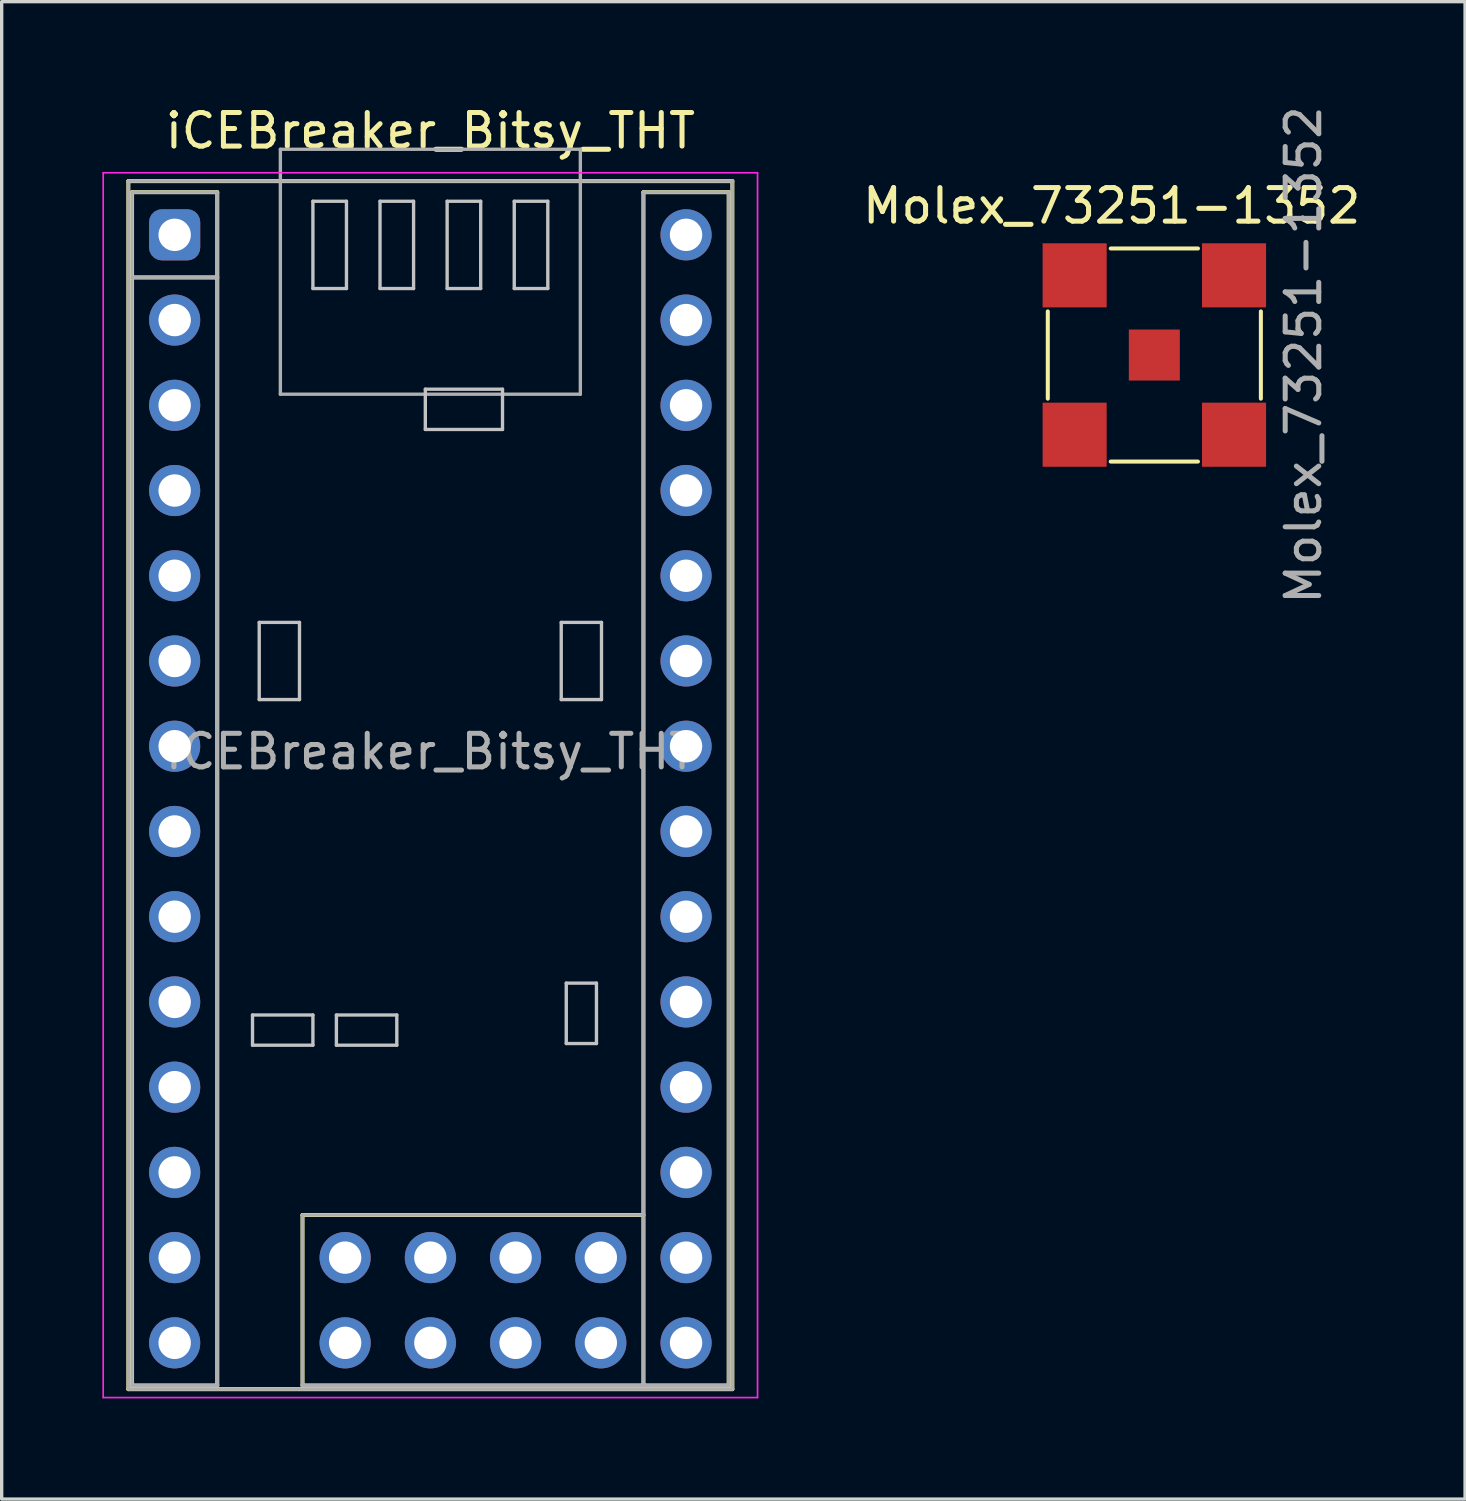
<source format=kicad_pcb>
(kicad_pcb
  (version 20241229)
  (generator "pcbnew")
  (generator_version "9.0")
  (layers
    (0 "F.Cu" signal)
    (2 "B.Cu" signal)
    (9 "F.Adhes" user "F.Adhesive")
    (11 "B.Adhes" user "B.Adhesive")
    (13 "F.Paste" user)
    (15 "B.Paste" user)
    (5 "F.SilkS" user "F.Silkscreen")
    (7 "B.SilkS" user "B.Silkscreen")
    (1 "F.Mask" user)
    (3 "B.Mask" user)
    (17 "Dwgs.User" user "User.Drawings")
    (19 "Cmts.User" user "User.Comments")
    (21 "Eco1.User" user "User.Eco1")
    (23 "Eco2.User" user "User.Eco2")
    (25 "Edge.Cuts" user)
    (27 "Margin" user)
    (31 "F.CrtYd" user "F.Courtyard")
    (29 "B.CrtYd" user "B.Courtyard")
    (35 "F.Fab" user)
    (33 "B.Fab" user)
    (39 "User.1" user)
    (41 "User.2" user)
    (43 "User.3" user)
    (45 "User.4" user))
  (footprint "iCEBreaker_Bitsy_THT"
    (layer "F.Cu")
    (at 9.775 20.348)
    (property "Reference" "iCEBreaker_Bitsy_THT" (at 0 -19.5 0) (layer "F.SilkS") (effects (font (size 1 1) (thickness 0.15))))
    (attr through_hole)
    (fp_line (start -9 -18) (end -9 18) (stroke (width 0.12) (type solid)) (layer "F.SilkS"))
    (fp_line (start -9 -18) (end 9 -18) (stroke (width 0.12) (type solid)) (layer "F.SilkS"))
    (fp_line (start -8.89 -15.13) (end -6.35 -15.13) (stroke (width 0.12) (type solid)) (layer "F.SilkS"))
    (fp_line (start -8.89 17.89) (end -8.89 -17.67) (stroke (width 0.12) (type solid)) (layer "F.SilkS"))
    (fp_line (start -6.35 -17.67) (end -8.89 -17.67) (stroke (width 0.12) (type solid)) (layer "F.SilkS"))
    (fp_line (start -6.35 -17.67) (end -6.35 17.89) (stroke (width 0.12) (type solid)) (layer "F.SilkS"))
    (fp_line (start -6.35 17.89) (end -8.89 17.89) (stroke (width 0.12) (type solid)) (layer "F.SilkS"))
    (fp_line (start -3.81 12.81) (end 6.35 12.81) (stroke (width 0.12) (type solid)) (layer "F.SilkS"))
    (fp_line (start -3.81 17.89) (end -3.81 12.81) (stroke (width 0.12) (type solid)) (layer "F.SilkS"))
    (fp_line (start 6.35 -17.67) (end 8.89 -17.67) (stroke (width 0.12) (type solid)) (layer "F.SilkS"))
    (fp_line (start 6.35 17.89) (end -3.81 17.89) (stroke (width 0.12) (type solid)) (layer "F.SilkS"))
    (fp_line (start 6.35 17.89) (end 6.35 -17.67) (stroke (width 0.12) (type solid)) (layer "F.SilkS"))
    (fp_line (start 8.89 -17.67) (end 8.89 17.89) (stroke (width 0.12) (type solid)) (layer "F.SilkS"))
    (fp_line (start 8.89 17.89) (end 6.35 17.89) (stroke (width 0.12) (type solid)) (layer "F.SilkS"))
    (fp_line (start 9 -18) (end 9 18) (stroke (width 0.12) (type solid)) (layer "F.SilkS"))
    (fp_line (start 9 18) (end -9 18) (stroke (width 0.12) (type solid)) (layer "F.SilkS"))
    (fp_line (start -5.3 6.85) (end -3.5 6.85) (stroke (width 0.1) (type solid)) (layer "Dwgs.User"))
    (fp_line (start -5.3 7.75) (end -5.3 6.85) (stroke (width 0.1) (type solid)) (layer "Dwgs.User"))
    (fp_line (start -5.1 -4.85) (end -5.1 -2.55) (stroke (width 0.1) (type solid)) (layer "Dwgs.User"))
    (fp_line (start -5.1 -2.55) (end -3.9 -2.55) (stroke (width 0.1) (type solid)) (layer "Dwgs.User"))
    (fp_line (start -3.9 -4.85) (end -5.1 -4.85) (stroke (width 0.1) (type solid)) (layer "Dwgs.User"))
    (fp_line (start -3.9 -2.55) (end -3.9 -4.85) (stroke (width 0.1) (type solid)) (layer "Dwgs.User"))
    (fp_line (start -3.5 -17.4) (end -2.5 -17.4) (stroke (width 0.1) (type solid)) (layer "Dwgs.User"))
    (fp_line (start -3.5 -14.8) (end -3.5 -17.4) (stroke (width 0.1) (type solid)) (layer "Dwgs.User"))
    (fp_line (start -3.5 6.85) (end -3.5 7.75) (stroke (width 0.1) (type solid)) (layer "Dwgs.User"))
    (fp_line (start -3.5 7.75) (end -5.3 7.75) (stroke (width 0.1) (type solid)) (layer "Dwgs.User"))
    (fp_line (start -2.8 6.85) (end -1 6.85) (stroke (width 0.1) (type solid)) (layer "Dwgs.User"))
    (fp_line (start -2.8 7.75) (end -2.8 6.85) (stroke (width 0.1) (type solid)) (layer "Dwgs.User"))
    (fp_line (start -2.5 -17.4) (end -2.5 -14.8) (stroke (width 0.1) (type solid)) (layer "Dwgs.User"))
    (fp_line (start -2.5 -14.8) (end -3.5 -14.8) (stroke (width 0.1) (type solid)) (layer "Dwgs.User"))
    (fp_line (start -1.5 -17.4) (end -0.5 -17.4) (stroke (width 0.1) (type solid)) (layer "Dwgs.User"))
    (fp_line (start -1.5 -14.8) (end -1.5 -17.4) (stroke (width 0.1) (type solid)) (layer "Dwgs.User"))
    (fp_line (start -1 6.85) (end -1 7.75) (stroke (width 0.1) (type solid)) (layer "Dwgs.User"))
    (fp_line (start -1 7.75) (end -2.8 7.75) (stroke (width 0.1) (type solid)) (layer "Dwgs.User"))
    (fp_line (start -0.5 -17.4) (end -0.5 -14.8) (stroke (width 0.1) (type solid)) (layer "Dwgs.User"))
    (fp_line (start -0.5 -14.8) (end -1.5 -14.8) (stroke (width 0.1) (type solid)) (layer "Dwgs.User"))
    (fp_line (start -0.15 -11.8) (end 2.15 -11.8) (stroke (width 0.1) (type solid)) (layer "Dwgs.User"))
    (fp_line (start -0.15 -10.6) (end -0.15 -11.8) (stroke (width 0.1) (type solid)) (layer "Dwgs.User"))
    (fp_line (start 0.5 -17.4) (end 1.5 -17.4) (stroke (width 0.1) (type solid)) (layer "Dwgs.User"))
    (fp_line (start 0.5 -14.8) (end 0.5 -17.4) (stroke (width 0.1) (type solid)) (layer "Dwgs.User"))
    (fp_line (start 1.5 -17.4) (end 1.5 -14.8) (stroke (width 0.1) (type solid)) (layer "Dwgs.User"))
    (fp_line (start 1.5 -14.8) (end 0.5 -14.8) (stroke (width 0.1) (type solid)) (layer "Dwgs.User"))
    (fp_line (start 2.15 -11.8) (end 2.15 -10.6) (stroke (width 0.1) (type solid)) (layer "Dwgs.User"))
    (fp_line (start 2.15 -10.6) (end -0.15 -10.6) (stroke (width 0.1) (type solid)) (layer "Dwgs.User"))
    (fp_line (start 2.5 -17.4) (end 3.5 -17.4) (stroke (width 0.1) (type solid)) (layer "Dwgs.User"))
    (fp_line (start 2.5 -14.8) (end 2.5 -17.4) (stroke (width 0.1) (type solid)) (layer "Dwgs.User"))
    (fp_line (start 3.5 -17.4) (end 3.5 -14.8) (stroke (width 0.1) (type solid)) (layer "Dwgs.User"))
    (fp_line (start 3.5 -14.8) (end 2.5 -14.8) (stroke (width 0.1) (type solid)) (layer "Dwgs.User"))
    (fp_line (start 3.9 -4.85) (end 5.1 -4.85) (stroke (width 0.1) (type solid)) (layer "Dwgs.User"))
    (fp_line (start 3.9 -2.55) (end 3.9 -4.85) (stroke (width 0.1) (type solid)) (layer "Dwgs.User"))
    (fp_line (start 4.05 5.9) (end 4.95 5.9) (stroke (width 0.1) (type solid)) (layer "Dwgs.User"))
    (fp_line (start 4.05 7.7) (end 4.05 5.9) (stroke (width 0.1) (type solid)) (layer "Dwgs.User"))
    (fp_line (start 4.95 5.9) (end 4.95 7.7) (stroke (width 0.1) (type solid)) (layer "Dwgs.User"))
    (fp_line (start 4.95 7.7) (end 4.05 7.7) (stroke (width 0.1) (type solid)) (layer "Dwgs.User"))
    (fp_line (start 5.1 -4.85) (end 5.1 -2.55) (stroke (width 0.1) (type solid)) (layer "Dwgs.User"))
    (fp_line (start 5.1 -2.55) (end 3.9 -2.55) (stroke (width 0.1) (type solid)) (layer "Dwgs.User"))
    (fp_line (start -9.75 -18.25) (end 9.75 -18.25) (stroke (width 0.05) (type solid)) (layer "F.CrtYd"))
    (fp_line (start -9.75 18.25) (end -9.75 -18.25) (stroke (width 0.05) (type solid)) (layer "F.CrtYd"))
    (fp_line (start 9.75 -18.25) (end 9.75 18.25) (stroke (width 0.05) (type solid)) (layer "F.CrtYd"))
    (fp_line (start 9.75 18.25) (end -9.75 18.25) (stroke (width 0.05) (type solid)) (layer "F.CrtYd"))
    (fp_line (start -9 -18) (end 9 -18) (stroke (width 0.1) (type solid)) (layer "F.Fab"))
    (fp_line (start -9 18) (end -9 -18) (stroke (width 0.1) (type solid)) (layer "F.Fab"))
    (fp_line (start -8.89 -17.67) (end -6.35 -17.67) (stroke (width 0.1) (type solid)) (layer "F.Fab"))
    (fp_line (start -8.89 -15.13) (end -6.35 -15.13) (stroke (width 0.1) (type solid)) (layer "F.Fab"))
    (fp_line (start -8.89 17.89) (end -8.89 -17.67) (stroke (width 0.1) (type solid)) (layer "F.Fab"))
    (fp_line (start -6.35 -17.67) (end -6.35 17.89) (stroke (width 0.1) (type solid)) (layer "F.Fab"))
    (fp_line (start -6.35 17.89) (end -8.89 17.89) (stroke (width 0.1) (type solid)) (layer "F.Fab"))
    (fp_line (start -4.47 -18.95) (end -4.47 -11.65) (stroke (width 0.1) (type solid)) (layer "F.Fab"))
    (fp_line (start -4.47 -18.95) (end 4.47 -18.95) (stroke (width 0.1) (type solid)) (layer "F.Fab"))
    (fp_line (start -4.47 -11.65) (end 4.47 -11.65) (stroke (width 0.1) (type solid)) (layer "F.Fab"))
    (fp_line (start -3.81 17.89) (end -3.81 12.81) (stroke (width 0.1) (type solid)) (layer "F.Fab"))
    (fp_line (start 4.47 -18.95) (end 4.47 -11.65) (stroke (width 0.1) (type solid)) (layer "F.Fab"))
    (fp_line (start 6.35 -17.67) (end 8.89 -17.67) (stroke (width 0.1) (type solid)) (layer "F.Fab"))
    (fp_line (start 6.35 12.81) (end -3.81 12.81) (stroke (width 0.1) (type solid)) (layer "F.Fab"))
    (fp_line (start 6.35 17.89) (end -3.81 17.89) (stroke (width 0.1) (type solid)) (layer "F.Fab"))
    (fp_line (start 6.35 17.89) (end 6.35 -17.67) (stroke (width 0.1) (type solid)) (layer "F.Fab"))
    (fp_line (start 8.89 -17.67) (end 8.89 17.89) (stroke (width 0.1) (type solid)) (layer "F.Fab"))
    (fp_line (start 8.89 17.89) (end 6.35 17.89) (stroke (width 0.1) (type solid)) (layer "F.Fab"))
    (fp_line (start 9 -18) (end 9 18) (stroke (width 0.1) (type solid)) (layer "F.Fab"))
    (fp_line (start 9 18) (end -9 18) (stroke (width 0.1) (type solid)) (layer "F.Fab"))
    (fp_text user "${REFERENCE}" (at 0 -1 0) (layer "F.Fab") (effects (font (size 1 1) (thickness 0.15))))
    (pad "1" thru_hole roundrect (at -7.62 -16.4 270) (size 1.524 1.524) (drill 0.965) (layers "*.Cu" "*.Mask") (roundrect_rratio 0.25))
    (pad "2" thru_hole circle (at -7.62 -13.86 270) (size 1.524 1.524) (drill 0.965) (layers "*.Cu" "*.Mask"))
    (pad "3" thru_hole circle (at -7.62 -11.32 270) (size 1.524 1.524) (drill 0.965) (layers "*.Cu" "*.Mask"))
    (pad "4" thru_hole circle (at -7.62 -8.78 270) (size 1.524 1.524) (drill 0.965) (layers "*.Cu" "*.Mask"))
    (pad "5" thru_hole circle (at -7.62 -6.24 270) (size 1.524 1.524) (drill 0.965) (layers "*.Cu" "*.Mask"))
    (pad "6" thru_hole circle (at -7.62 -3.7 270) (size 1.524 1.524) (drill 0.965) (layers "*.Cu" "*.Mask"))
    (pad "7" thru_hole circle (at -7.62 -1.16 270) (size 1.524 1.524) (drill 0.965) (layers "*.Cu" "*.Mask"))
    (pad "8" thru_hole circle (at -7.62 1.38 270) (size 1.524 1.524) (drill 0.965) (layers "*.Cu" "*.Mask"))
    (pad "9" thru_hole circle (at -7.62 3.92 270) (size 1.524 1.524) (drill 0.965) (layers "*.Cu" "*.Mask"))
    (pad "10" thru_hole circle (at -7.62 6.46 270) (size 1.524 1.524) (drill 0.965) (layers "*.Cu" "*.Mask"))
    (pad "11" thru_hole circle (at -7.62 9 270) (size 1.524 1.524) (drill 0.965) (layers "*.Cu" "*.Mask"))
    (pad "12" thru_hole circle (at -7.62 11.54 270) (size 1.524 1.524) (drill 0.965) (layers "*.Cu" "*.Mask"))
    (pad "13" thru_hole circle (at -7.62 14.08 270) (size 1.524 1.524) (drill 0.965) (layers "*.Cu" "*.Mask"))
    (pad "14" thru_hole circle (at -7.62 16.62 270) (size 1.524 1.524) (drill 0.965) (layers "*.Cu" "*.Mask"))
    (pad "15" thru_hole circle (at 7.62 16.62 270) (size 1.524 1.524) (drill 0.965) (layers "*.Cu" "*.Mask"))
    (pad "16" thru_hole circle (at 7.62 14.08 270) (size 1.524 1.524) (drill 0.965) (layers "*.Cu" "*.Mask"))
    (pad "17" thru_hole circle (at 7.62 11.54 270) (size 1.524 1.524) (drill 0.965) (layers "*.Cu" "*.Mask"))
    (pad "18" thru_hole circle (at 7.62 9 270) (size 1.524 1.524) (drill 0.965) (layers "*.Cu" "*.Mask"))
    (pad "19" thru_hole circle (at 7.62 6.46 270) (size 1.524 1.524) (drill 0.965) (layers "*.Cu" "*.Mask"))
    (pad "20" thru_hole circle (at 7.62 3.92 270) (size 1.524 1.524) (drill 0.965) (layers "*.Cu" "*.Mask"))
    (pad "21" thru_hole circle (at 7.62 1.38 270) (size 1.524 1.524) (drill 0.965) (layers "*.Cu" "*.Mask"))
    (pad "22" thru_hole circle (at 7.62 -1.16 270) (size 1.524 1.524) (drill 0.965) (layers "*.Cu" "*.Mask"))
    (pad "23" thru_hole circle (at 7.62 -3.7 270) (size 1.524 1.524) (drill 0.965) (layers "*.Cu" "*.Mask"))
    (pad "24" thru_hole circle (at 7.62 -6.24 270) (size 1.524 1.524) (drill 0.965) (layers "*.Cu" "*.Mask"))
    (pad "25" thru_hole circle (at 7.62 -8.78 270) (size 1.524 1.524) (drill 0.965) (layers "*.Cu" "*.Mask"))
    (pad "26" thru_hole circle (at 7.62 -11.32 270) (size 1.524 1.524) (drill 0.965) (layers "*.Cu" "*.Mask"))
    (pad "27" thru_hole circle (at 7.62 -13.86 270) (size 1.524 1.524) (drill 0.965) (layers "*.Cu" "*.Mask"))
    (pad "28" thru_hole circle (at 7.62 -16.4 270) (size 1.524 1.524) (drill 0.965) (layers "*.Cu" "*.Mask"))
    (pad "29" thru_hole circle (at -2.54 16.62) (size 1.524 1.524) (drill 0.965) (layers "*.Cu" "*.Mask"))
    (pad "30" thru_hole circle (at 0 16.62) (size 1.524 1.524) (drill 0.965) (layers "*.Cu" "*.Mask"))
    (pad "31" thru_hole circle (at 2.54 16.62) (size 1.524 1.524) (drill 0.965) (layers "*.Cu" "*.Mask"))
    (pad "32" thru_hole circle (at 5.08 16.62) (size 1.524 1.524) (drill 0.965) (layers "*.Cu" "*.Mask"))
    (pad "33" thru_hole circle (at -2.54 14.08) (size 1.524 1.524) (drill 0.965) (layers "*.Cu" "*.Mask"))
    (pad "34" thru_hole circle (at 0 14.08) (size 1.524 1.524) (drill 0.965) (layers "*.Cu" "*.Mask"))
    (pad "35" thru_hole circle (at 2.54 14.08) (size 1.524 1.524) (drill 0.965) (layers "*.Cu" "*.Mask"))
    (pad "36" thru_hole circle (at 5.08 14.08) (size 1.524 1.524) (drill 0.965) (layers "*.Cu" "*.Mask")))
  (footprint "Molex_73251-1352"
    (layer "F.Cu")
    (at 31.35 7.53)
    (property "Reference" "Molex_73251-1352" (at -1.27 -4.445 0) (unlocked yes) (layer "F.SilkS") (effects (font (size 1 1) (thickness 0.15))))
    (attr smd)
    (fp_line (start -3.175 1.3) (end -3.175 -1.3) (stroke (width 0.12) (type solid)) (layer "F.SilkS"))
    (fp_line (start -1.3 -3.175) (end 1.3 -3.175) (stroke (width 0.12) (type solid)) (layer "F.SilkS"))
    (fp_line (start -1.3 3.175) (end 1.3 3.175) (stroke (width 0.12) (type solid)) (layer "F.SilkS"))
    (fp_line (start 3.175 1.3) (end 3.175 -1.3) (stroke (width 0.12) (type solid)) (layer "F.SilkS"))
    (fp_text user "${REFERENCE}" (at 4.445 0 90) (unlocked yes) (layer "F.Fab") (effects (font (size 1 1) (thickness 0.15))))
    (pad "1" smd rect (at -2.375 -2.375) (size 1.91 1.91) (layers "F.Cu" "F.Mask" "F.Paste"))
    (pad "2" smd rect (at 2.375 -2.375) (size 1.91 1.91) (layers "F.Cu" "F.Mask" "F.Paste"))
    (pad "3" smd rect (at 2.375 2.375) (size 1.91 1.91) (layers "F.Cu" "F.Mask" "F.Paste"))
    (pad "4" smd rect (at -2.375 2.375) (size 1.91 1.91) (layers "F.Cu" "F.Mask" "F.Paste"))
    (pad "5" smd rect (at 0 0) (size 1.52 1.52) (layers "F.Cu" "F.Mask" "F.Paste")))
  (gr_rect
    (start -3 -3)
    (end 40.61 41.623)
    (stroke (width 0.1) (type default))
    (fill no)
    (layer "Edge.Cuts")))
</source>
